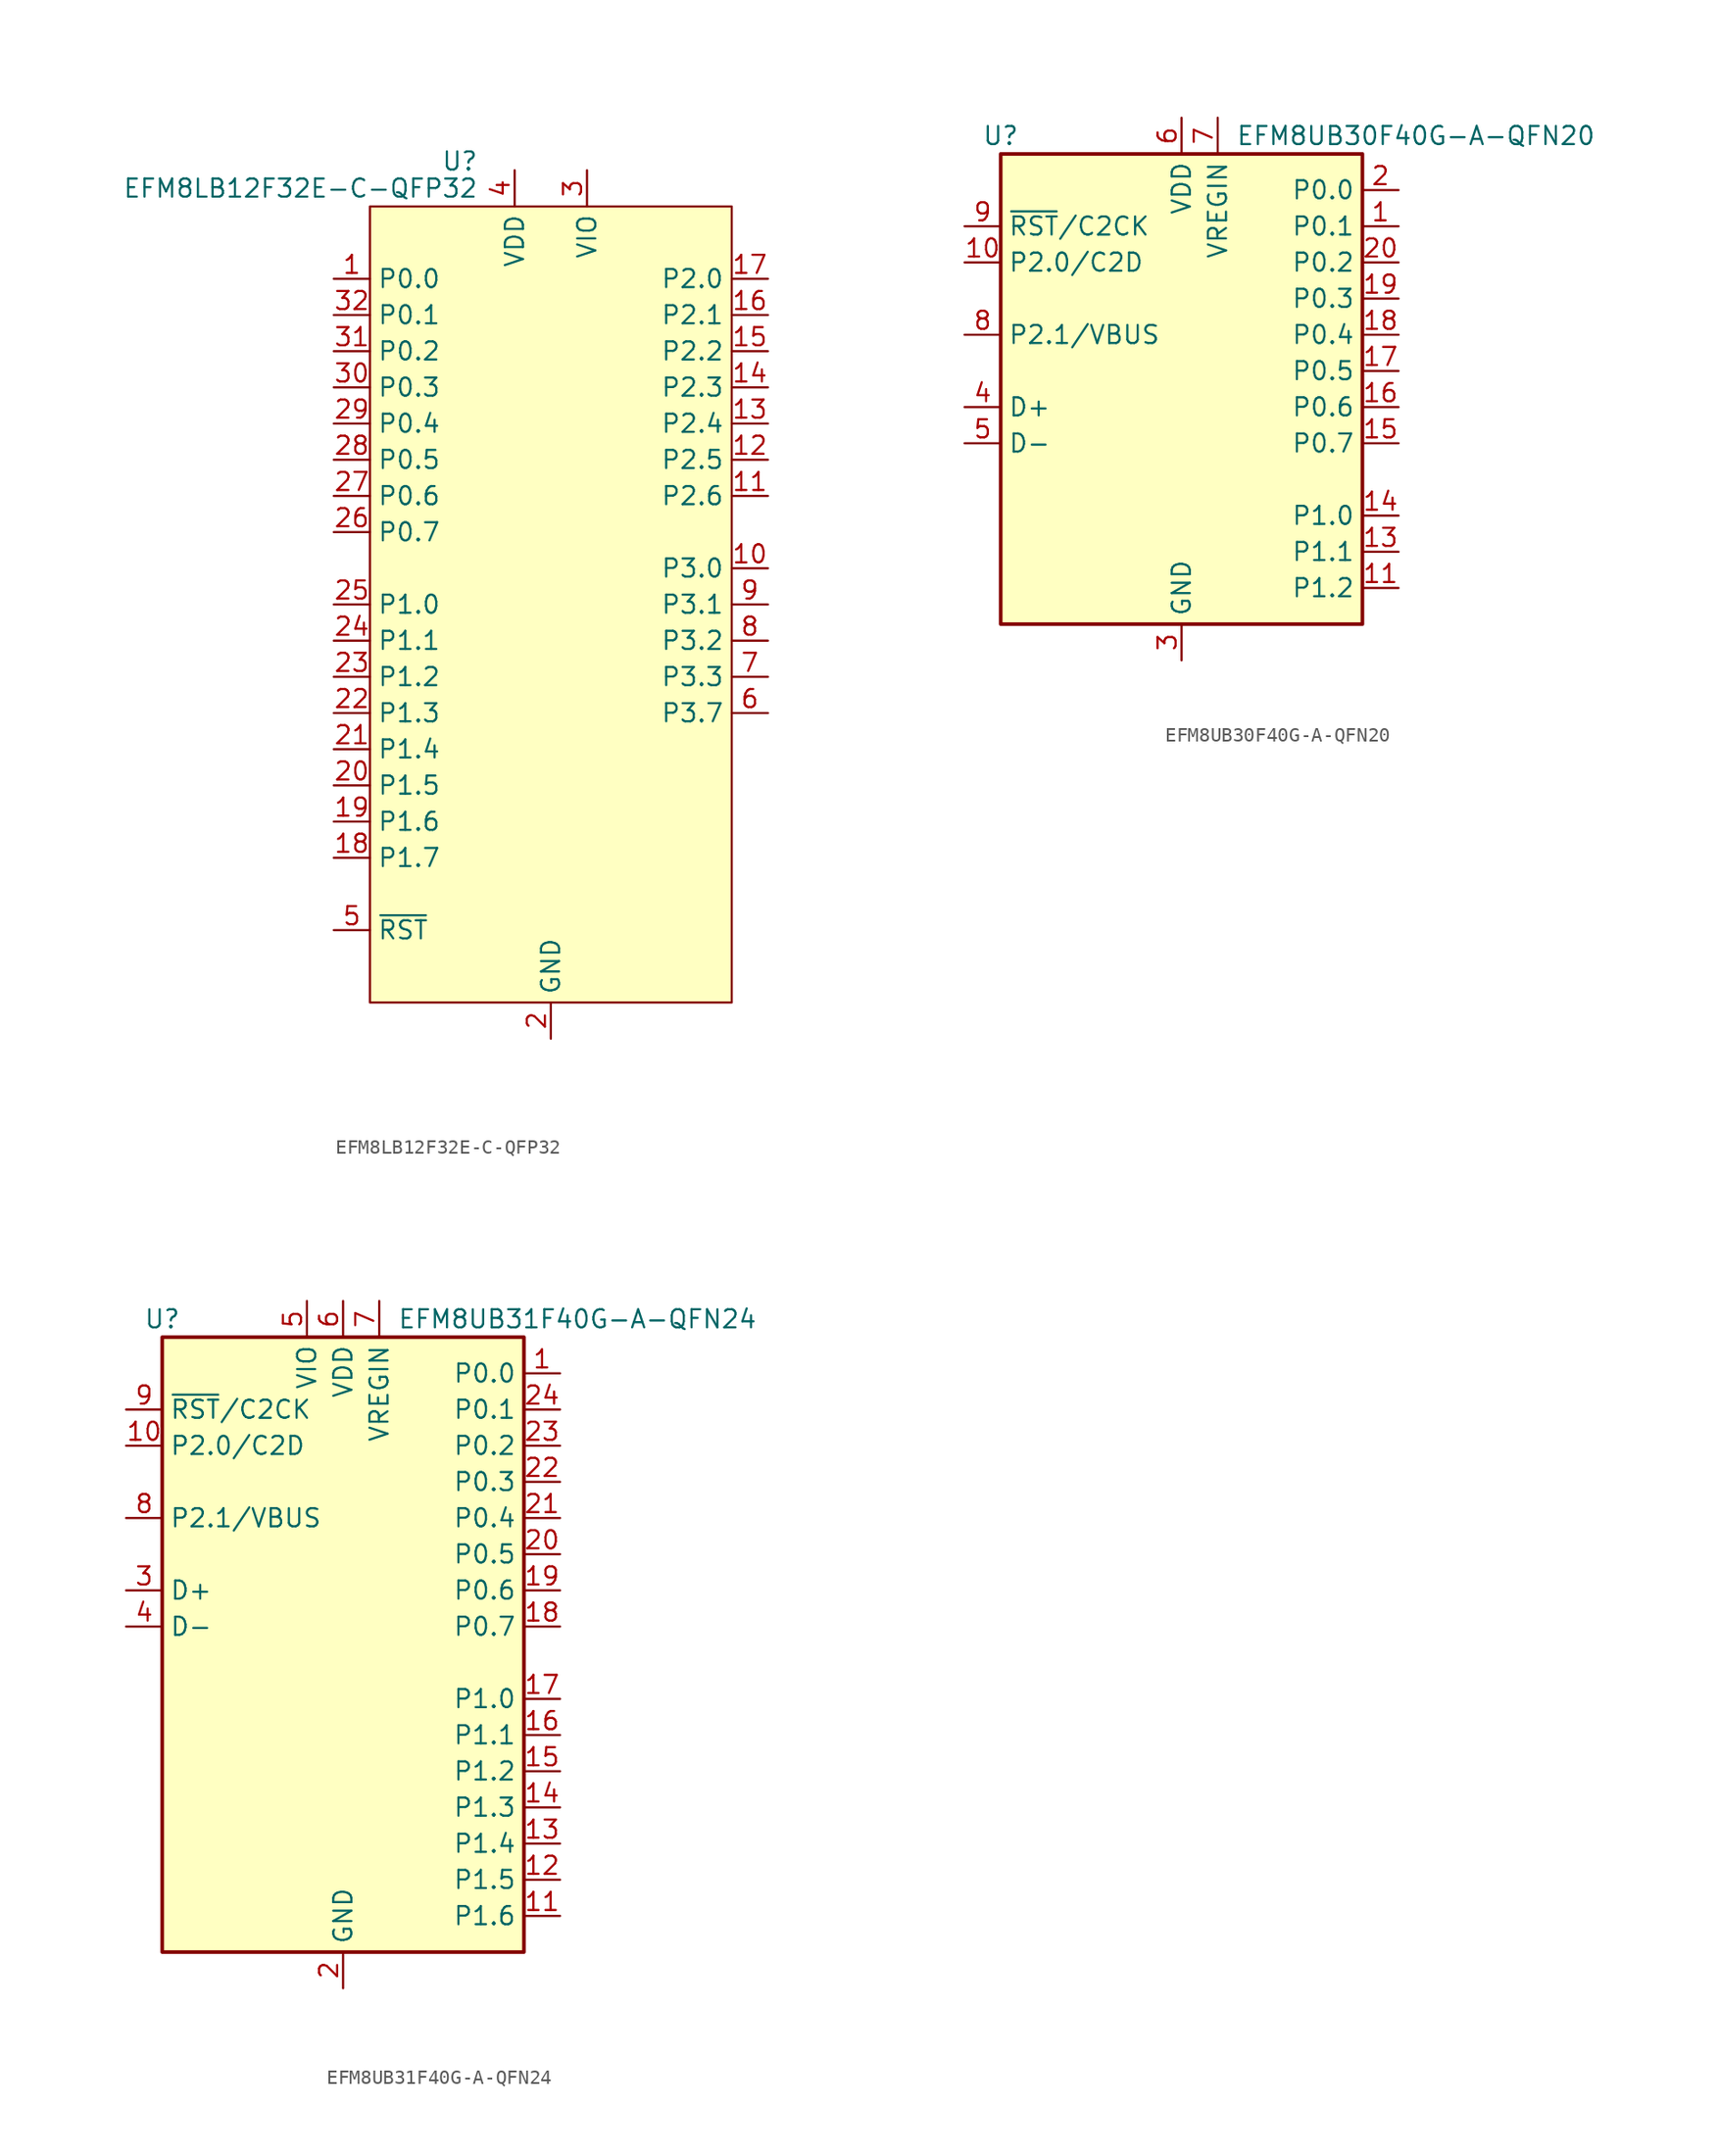
<source format=kicad_sym>
(kicad_symbol_lib
  (version 20241209)
  (generator "kicad_symbol_editor")
  (generator_version "9.0")
  (symbol "EFM8LB12F32E-C-QFP32"
    (property "Reference" "U"
      (at -5.08 31.115 0)
      (effects (font (size 1.27 1.27)) (justify right)))
    (property "Value" "EFM8LB12F32E-C-QFP32"
      (at -5.08 29.21 0)
      (effects (font (size 1.27 1.27)) (justify right)))
    (symbol "EFM8LB12F32E-C-QFP32_0_0"
      (pin bidirectional line (at -15.24 22.86 0) (length 2.54) (name "P0.0" (effects (font (size 1.27 1.27)))) (number "1" (effects (font (size 1.27 1.27)))))
      (pin bidirectional line (at -15.24 20.32 0) (length 2.54) (name "P0.1" (effects (font (size 1.27 1.27)))) (number "32" (effects (font (size 1.27 1.27)))))
      (pin bidirectional line (at -15.24 17.78 0) (length 2.54) (name "P0.2" (effects (font (size 1.27 1.27)))) (number "31" (effects (font (size 1.27 1.27)))))
      (pin bidirectional line (at -15.24 15.24 0) (length 2.54) (name "P0.3" (effects (font (size 1.27 1.27)))) (number "30" (effects (font (size 1.27 1.27)))))
      (pin bidirectional line (at -15.24 12.7 0) (length 2.54) (name "P0.4" (effects (font (size 1.27 1.27)))) (number "29" (effects (font (size 1.27 1.27)))))
      (pin bidirectional line (at -15.24 10.16 0) (length 2.54) (name "P0.5" (effects (font (size 1.27 1.27)))) (number "28" (effects (font (size 1.27 1.27)))))
      (pin bidirectional line (at -15.24 7.62 0) (length 2.54) (name "P0.6" (effects (font (size 1.27 1.27)))) (number "27" (effects (font (size 1.27 1.27)))))
      (pin bidirectional line (at -15.24 5.08 0) (length 2.54) (name "P0.7" (effects (font (size 1.27 1.27)))) (number "26" (effects (font (size 1.27 1.27)))))
      (pin bidirectional line (at -15.24 0 0) (length 2.54) (name "P1.0" (effects (font (size 1.27 1.27)))) (number "25" (effects (font (size 1.27 1.27)))))
      (pin bidirectional line (at -15.24 -2.54 0) (length 2.54) (name "P1.1" (effects (font (size 1.27 1.27)))) (number "24" (effects (font (size 1.27 1.27)))))
      (pin bidirectional line (at -15.24 -5.08 0) (length 2.54) (name "P1.2" (effects (font (size 1.27 1.27)))) (number "23" (effects (font (size 1.27 1.27)))))
      (pin bidirectional line (at -15.24 -7.62 0) (length 2.54) (name "P1.3" (effects (font (size 1.27 1.27)))) (number "22" (effects (font (size 1.27 1.27)))))
      (pin bidirectional line (at -15.24 -10.16 0) (length 2.54) (name "P1.4" (effects (font (size 1.27 1.27)))) (number "21" (effects (font (size 1.27 1.27)))))
      (pin bidirectional line (at -15.24 -12.7 0) (length 2.54) (name "P1.5" (effects (font (size 1.27 1.27)))) (number "20" (effects (font (size 1.27 1.27)))))
      (pin bidirectional line (at -15.24 -15.24 0) (length 2.54) (name "P1.6" (effects (font (size 1.27 1.27)))) (number "19" (effects (font (size 1.27 1.27)))))
      (pin bidirectional line (at -15.24 -17.78 0) (length 2.54) (name "P1.7" (effects (font (size 1.27 1.27)))) (number "18" (effects (font (size 1.27 1.27)))))
      (pin input line (at -15.24 -22.86 0) (length 2.54) (name "~{RST}" (effects (font (size 1.27 1.27)))) (number "5" (effects (font (size 1.27 1.27)))) (alternate "C2CK" input line))
      (pin power_in line (at -2.54 30.48 270) (length 2.54) (name "VDD" (effects (font (size 1.27 1.27)))) (number "4" (effects (font (size 1.27 1.27)))))
      (pin power_in line (at 0 -30.48 90) (length 2.54) (name "GND" (effects (font (size 1.27 1.27)))) (number "2" (effects (font (size 1.27 1.27)))))
      (pin power_in line (at 2.54 30.48 270) (length 2.54) (name "VIO" (effects (font (size 1.27 1.27)))) (number "3" (effects (font (size 1.27 1.27)))))
      (pin bidirectional line (at 15.24 22.86 180) (length 2.54) (name "P2.0" (effects (font (size 1.27 1.27)))) (number "17" (effects (font (size 1.27 1.27)))))
      (pin bidirectional line (at 15.24 20.32 180) (length 2.54) (name "P2.1" (effects (font (size 1.27 1.27)))) (number "16" (effects (font (size 1.27 1.27)))))
      (pin bidirectional line (at 15.24 17.78 180) (length 2.54) (name "P2.2" (effects (font (size 1.27 1.27)))) (number "15" (effects (font (size 1.27 1.27)))))
      (pin bidirectional line (at 15.24 15.24 180) (length 2.54) (name "P2.3" (effects (font (size 1.27 1.27)))) (number "14" (effects (font (size 1.27 1.27)))))
      (pin bidirectional line (at 15.24 12.7 180) (length 2.54) (name "P2.4" (effects (font (size 1.27 1.27)))) (number "13" (effects (font (size 1.27 1.27)))))
      (pin bidirectional line (at 15.24 10.16 180) (length 2.54) (name "P2.5" (effects (font (size 1.27 1.27)))) (number "12" (effects (font (size 1.27 1.27)))))
      (pin bidirectional line (at 15.24 7.62 180) (length 2.54) (name "P2.6" (effects (font (size 1.27 1.27)))) (number "11" (effects (font (size 1.27 1.27)))))
      (pin bidirectional line (at 15.24 2.54 180) (length 2.54) (name "P3.0" (effects (font (size 1.27 1.27)))) (number "10" (effects (font (size 1.27 1.27)))))
      (pin bidirectional line (at 15.24 0 180) (length 2.54) (name "P3.1" (effects (font (size 1.27 1.27)))) (number "9" (effects (font (size 1.27 1.27)))))
      (pin bidirectional line (at 15.24 -2.54 180) (length 2.54) (name "P3.2" (effects (font (size 1.27 1.27)))) (number "8" (effects (font (size 1.27 1.27)))))
      (pin bidirectional line (at 15.24 -5.08 180) (length 2.54) (name "P3.3" (effects (font (size 1.27 1.27)))) (number "7" (effects (font (size 1.27 1.27)))))
      (pin bidirectional line (at 15.24 -7.62 180) (length 2.54) (name "P3.7" (effects (font (size 1.27 1.27)))) (number "6" (effects (font (size 1.27 1.27)))) (alternate "C2D" bidirectional line)))
    (symbol "EFM8LB12F32E-C-QFP32_0_1"
      (rectangle (start -12.7 27.94) (end 12.7 -27.94) (stroke (width 0.152) (type default)) (fill (type background)))))
  (symbol "EFM8UB30F40G-A-QFN20"
    (property "Reference" "U"
      (at -12.7 19.05 0)
      (effects (font (size 1.27 1.27))))
    (property "Value" "EFM8UB30F40G-A-QFN20"
      (at 3.81 19.05 0)
      (effects (font (size 1.27 1.27)) (justify left)))
    (symbol "EFM8UB30F40G-A-QFN20_0_1"
      (rectangle (start -12.7 17.78) (end 12.7 -15.24) (stroke (width 0.254) (type default)) (fill (type background))))
    (symbol "EFM8UB30F40G-A-QFN20_1_1"
      (pin bidirectional line (at -15.24 12.7 0) (length 2.54) (name "~{RST}/C2CK" (effects (font (size 1.27 1.27)))) (number "9" (effects (font (size 1.27 1.27)))))
      (pin bidirectional line (at -15.24 10.16 0) (length 2.54) (name "P2.0/C2D" (effects (font (size 1.27 1.27)))) (number "10" (effects (font (size 1.27 1.27)))))
      (pin bidirectional line (at -15.24 5.08 0) (length 2.54) (name "P2.1/VBUS" (effects (font (size 1.27 1.27)))) (number "8" (effects (font (size 1.27 1.27)))))
      (pin bidirectional line (at -15.24 0 0) (length 2.54) (name "D+" (effects (font (size 1.27 1.27)))) (number "4" (effects (font (size 1.27 1.27)))))
      (pin bidirectional line (at -15.24 -2.54 0) (length 2.54) (name "D-" (effects (font (size 1.27 1.27)))) (number "5" (effects (font (size 1.27 1.27)))))
      (pin power_in line (at 0 20.32 270) (length 2.54) (name "VDD" (effects (font (size 1.27 1.27)))) (number "6" (effects (font (size 1.27 1.27)))))
      (pin passive line (at 0 -17.78 90) (length 2.54) (hide yes) (name "GND" (effects (font (size 1.27 1.27)))) (number "12" (effects (font (size 1.27 1.27)))))
      (pin passive line (at 0 -17.78 90) (length 2.54) (hide yes) (name "GND" (effects (font (size 1.27 1.27)))) (number "21" (effects (font (size 1.27 1.27)))))
      (pin power_in line (at 0 -17.78 90) (length 2.54) (name "GND" (effects (font (size 1.27 1.27)))) (number "3" (effects (font (size 1.27 1.27)))))
      (pin power_in line (at 2.54 20.32 270) (length 2.54) (name "VREGIN" (effects (font (size 1.27 1.27)))) (number "7" (effects (font (size 1.27 1.27)))))
      (pin bidirectional line (at 15.24 15.24 180) (length 2.54) (name "P0.0" (effects (font (size 1.27 1.27)))) (number "2" (effects (font (size 1.27 1.27)))))
      (pin bidirectional line (at 15.24 12.7 180) (length 2.54) (name "P0.1" (effects (font (size 1.27 1.27)))) (number "1" (effects (font (size 1.27 1.27)))))
      (pin bidirectional line (at 15.24 10.16 180) (length 2.54) (name "P0.2" (effects (font (size 1.27 1.27)))) (number "20" (effects (font (size 1.27 1.27)))))
      (pin bidirectional line (at 15.24 7.62 180) (length 2.54) (name "P0.3" (effects (font (size 1.27 1.27)))) (number "19" (effects (font (size 1.27 1.27)))))
      (pin bidirectional line (at 15.24 5.08 180) (length 2.54) (name "P0.4" (effects (font (size 1.27 1.27)))) (number "18" (effects (font (size 1.27 1.27)))))
      (pin bidirectional line (at 15.24 2.54 180) (length 2.54) (name "P0.5" (effects (font (size 1.27 1.27)))) (number "17" (effects (font (size 1.27 1.27)))))
      (pin bidirectional line (at 15.24 0 180) (length 2.54) (name "P0.6" (effects (font (size 1.27 1.27)))) (number "16" (effects (font (size 1.27 1.27)))))
      (pin bidirectional line (at 15.24 -2.54 180) (length 2.54) (name "P0.7" (effects (font (size 1.27 1.27)))) (number "15" (effects (font (size 1.27 1.27)))))
      (pin bidirectional line (at 15.24 -7.62 180) (length 2.54) (name "P1.0" (effects (font (size 1.27 1.27)))) (number "14" (effects (font (size 1.27 1.27)))))
      (pin bidirectional line (at 15.24 -10.16 180) (length 2.54) (name "P1.1" (effects (font (size 1.27 1.27)))) (number "13" (effects (font (size 1.27 1.27)))))
      (pin bidirectional line (at 15.24 -12.7 180) (length 2.54) (name "P1.2" (effects (font (size 1.27 1.27)))) (number "11" (effects (font (size 1.27 1.27)))))))
  (symbol "EFM8UB31F40G-A-QFN24"
    (property "Reference" "U"
      (at -12.7 24.13 0)
      (effects (font (size 1.27 1.27))))
    (property "Value" "EFM8UB31F40G-A-QFN24"
      (at 3.81 24.13 0)
      (effects (font (size 1.27 1.27)) (justify left)))
    (symbol "EFM8UB31F40G-A-QFN24_0_1"
      (rectangle (start -12.7 22.86) (end 12.7 -20.32) (stroke (width 0.254) (type default)) (fill (type background))))
    (symbol "EFM8UB31F40G-A-QFN24_1_1"
      (pin bidirectional line (at -15.24 17.78 0) (length 2.54) (name "~{RST}/C2CK" (effects (font (size 1.27 1.27)))) (number "9" (effects (font (size 1.27 1.27)))))
      (pin bidirectional line (at -15.24 15.24 0) (length 2.54) (name "P2.0/C2D" (effects (font (size 1.27 1.27)))) (number "10" (effects (font (size 1.27 1.27)))))
      (pin bidirectional line (at -15.24 10.16 0) (length 2.54) (name "P2.1/VBUS" (effects (font (size 1.27 1.27)))) (number "8" (effects (font (size 1.27 1.27)))))
      (pin bidirectional line (at -15.24 5.08 0) (length 2.54) (name "D+" (effects (font (size 1.27 1.27)))) (number "3" (effects (font (size 1.27 1.27)))))
      (pin bidirectional line (at -15.24 2.54 0) (length 2.54) (name "D-" (effects (font (size 1.27 1.27)))) (number "4" (effects (font (size 1.27 1.27)))))
      (pin power_in line (at -2.54 25.4 270) (length 2.54) (name "VIO" (effects (font (size 1.27 1.27)))) (number "5" (effects (font (size 1.27 1.27)))))
      (pin power_in line (at 0 25.4 270) (length 2.54) (name "VDD" (effects (font (size 1.27 1.27)))) (number "6" (effects (font (size 1.27 1.27)))))
      (pin power_in line (at 0 -22.86 90) (length 2.54) (name "GND" (effects (font (size 1.27 1.27)))) (number "2" (effects (font (size 1.27 1.27)))))
      (pin passive line (at 0 -22.86 90) (length 2.54) (hide yes) (name "GND" (effects (font (size 1.27 1.27)))) (number "25" (effects (font (size 1.27 1.27)))))
      (pin power_in line (at 2.54 25.4 270) (length 2.54) (name "VREGIN" (effects (font (size 1.27 1.27)))) (number "7" (effects (font (size 1.27 1.27)))))
      (pin bidirectional line (at 15.24 20.32 180) (length 2.54) (name "P0.0" (effects (font (size 1.27 1.27)))) (number "1" (effects (font (size 1.27 1.27)))))
      (pin bidirectional line (at 15.24 17.78 180) (length 2.54) (name "P0.1" (effects (font (size 1.27 1.27)))) (number "24" (effects (font (size 1.27 1.27)))))
      (pin bidirectional line (at 15.24 15.24 180) (length 2.54) (name "P0.2" (effects (font (size 1.27 1.27)))) (number "23" (effects (font (size 1.27 1.27)))))
      (pin bidirectional line (at 15.24 12.7 180) (length 2.54) (name "P0.3" (effects (font (size 1.27 1.27)))) (number "22" (effects (font (size 1.27 1.27)))))
      (pin bidirectional line (at 15.24 10.16 180) (length 2.54) (name "P0.4" (effects (font (size 1.27 1.27)))) (number "21" (effects (font (size 1.27 1.27)))))
      (pin bidirectional line (at 15.24 7.62 180) (length 2.54) (name "P0.5" (effects (font (size 1.27 1.27)))) (number "20" (effects (font (size 1.27 1.27)))))
      (pin bidirectional line (at 15.24 5.08 180) (length 2.54) (name "P0.6" (effects (font (size 1.27 1.27)))) (number "19" (effects (font (size 1.27 1.27)))))
      (pin bidirectional line (at 15.24 2.54 180) (length 2.54) (name "P0.7" (effects (font (size 1.27 1.27)))) (number "18" (effects (font (size 1.27 1.27)))))
      (pin bidirectional line (at 15.24 -2.54 180) (length 2.54) (name "P1.0" (effects (font (size 1.27 1.27)))) (number "17" (effects (font (size 1.27 1.27)))))
      (pin bidirectional line (at 15.24 -5.08 180) (length 2.54) (name "P1.1" (effects (font (size 1.27 1.27)))) (number "16" (effects (font (size 1.27 1.27)))))
      (pin bidirectional line (at 15.24 -7.62 180) (length 2.54) (name "P1.2" (effects (font (size 1.27 1.27)))) (number "15" (effects (font (size 1.27 1.27)))))
      (pin bidirectional line (at 15.24 -10.16 180) (length 2.54) (name "P1.3" (effects (font (size 1.27 1.27)))) (number "14" (effects (font (size 1.27 1.27)))))
      (pin bidirectional line (at 15.24 -12.7 180) (length 2.54) (name "P1.4" (effects (font (size 1.27 1.27)))) (number "13" (effects (font (size 1.27 1.27)))))
      (pin bidirectional line (at 15.24 -15.24 180) (length 2.54) (name "P1.5" (effects (font (size 1.27 1.27)))) (number "12" (effects (font (size 1.27 1.27)))))
      (pin bidirectional line (at 15.24 -17.78 180) (length 2.54) (name "P1.6" (effects (font (size 1.27 1.27)))) (number "11" (effects (font (size 1.27 1.27))))))))
</source>
